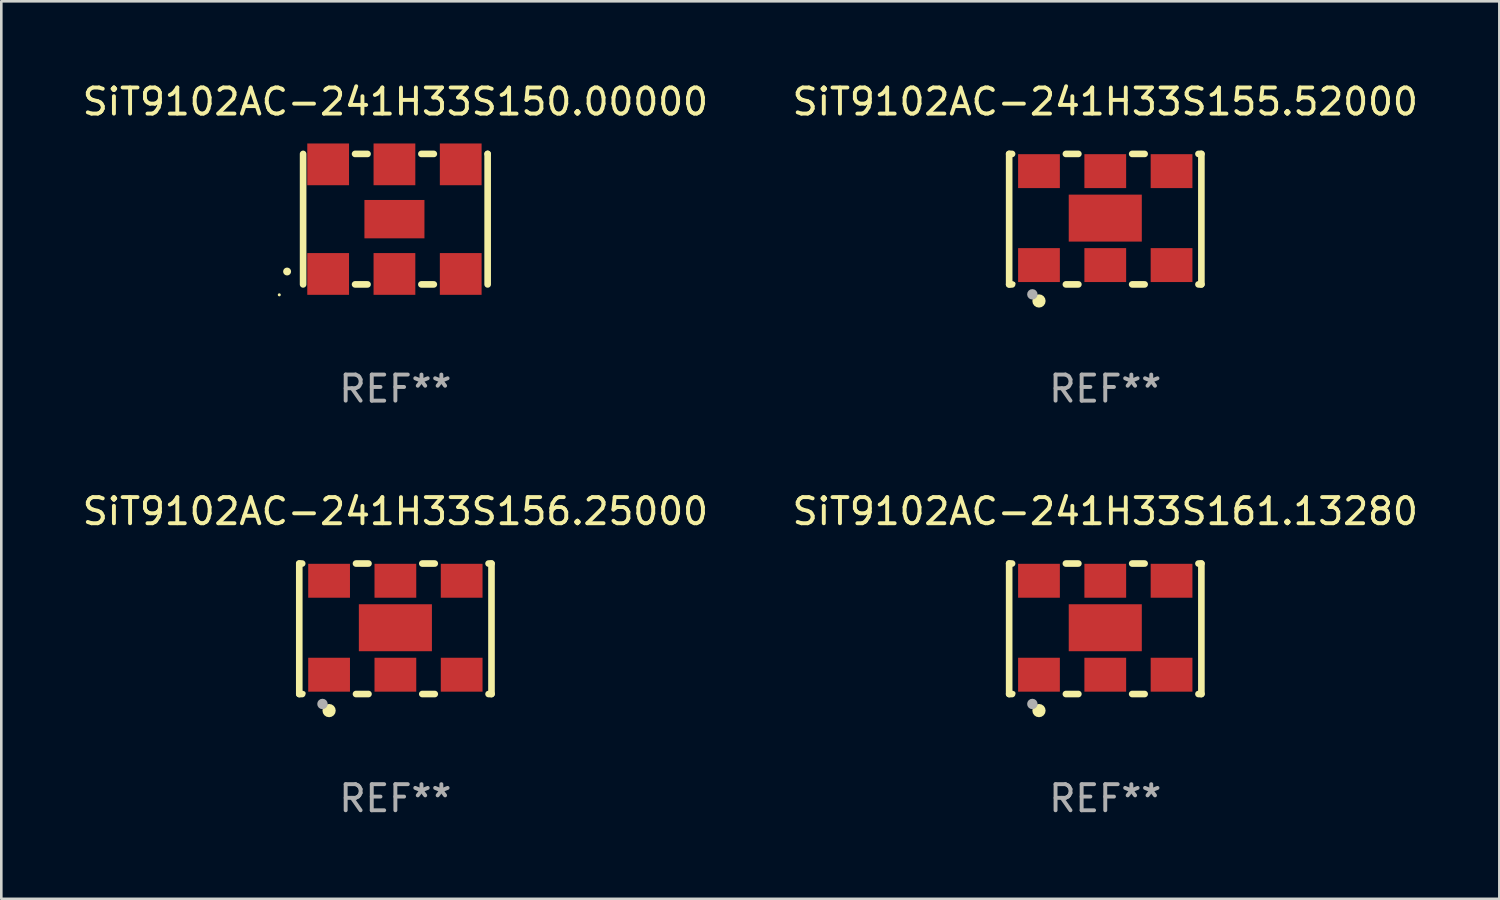
<source format=kicad_pcb>
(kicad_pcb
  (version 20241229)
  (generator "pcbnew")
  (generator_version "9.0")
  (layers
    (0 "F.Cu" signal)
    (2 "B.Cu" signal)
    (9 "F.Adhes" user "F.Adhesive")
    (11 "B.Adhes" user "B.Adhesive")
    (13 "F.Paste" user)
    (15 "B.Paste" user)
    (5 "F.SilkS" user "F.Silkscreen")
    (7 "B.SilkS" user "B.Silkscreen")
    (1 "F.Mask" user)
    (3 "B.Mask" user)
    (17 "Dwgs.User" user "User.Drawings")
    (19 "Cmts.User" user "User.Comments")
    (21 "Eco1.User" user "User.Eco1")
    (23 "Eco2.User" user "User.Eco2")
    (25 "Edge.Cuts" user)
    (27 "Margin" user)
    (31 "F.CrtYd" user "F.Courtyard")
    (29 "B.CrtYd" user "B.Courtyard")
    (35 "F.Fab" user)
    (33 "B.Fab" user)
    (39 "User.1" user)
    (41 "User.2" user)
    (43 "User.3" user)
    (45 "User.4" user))
  (footprint "SiT9102AC-241H33S155.52000"
    (layer "F.Cu")
    (at 39.304 5.348)
    (property "Reference" "SiT9102AC-241H33S155.52000" (at 0 -4.5 0) (layer "F.SilkS") (effects (font (size 1 1) (thickness 0.15))))
    (attr through_hole)
    (fp_line (start -3.683 -2.5) (end -3.571 -2.5) (stroke (width 0.254) (type solid)) (layer "F.SilkS"))
    (fp_line (start -3.683 2.5) (end -3.683 -2.5) (stroke (width 0.254) (type solid)) (layer "F.SilkS"))
    (fp_line (start -3.683 2.5) (end -3.571 2.5) (stroke (width 0.254) (type solid)) (layer "F.SilkS"))
    (fp_line (start -1.509 -2.5) (end -1.031 -2.5) (stroke (width 0.254) (type solid)) (layer "F.SilkS"))
    (fp_line (start -1.509 2.5) (end -1.031 2.5) (stroke (width 0.254) (type solid)) (layer "F.SilkS"))
    (fp_line (start 1.031 -2.5) (end 1.509 -2.5) (stroke (width 0.254) (type solid)) (layer "F.SilkS"))
    (fp_line (start 1.031 2.5) (end 1.509 2.5) (stroke (width 0.254) (type solid)) (layer "F.SilkS"))
    (fp_line (start 3.571 -2.5) (end 3.683 -2.5) (stroke (width 0.254) (type solid)) (layer "F.SilkS"))
    (fp_line (start 3.571 2.5) (end 3.683 2.5) (stroke (width 0.254) (type solid)) (layer "F.SilkS"))
    (fp_line (start 3.683 2.5) (end 3.683 -2.5) (stroke (width 0.254) (type solid)) (layer "F.SilkS"))
    (fp_circle (center -3.5 2.46) (end -3.47 2.46) (stroke (width 0.06) (type solid)) (fill no) (layer "F.SilkS"))
    (fp_circle (center -2.54 3.135) (end -2.413 3.135) (stroke (width 0.254) (type solid)) (fill no) (layer "F.SilkS"))
    (fp_circle (center -2.794 2.881) (end -2.694 2.881) (stroke (width 0.2) (type solid)) (fill no) (layer "F.Fab"))
    (fp_text user "REF**" (at 0 6.5 0) (layer "F.Fab") (effects (font (size 1 1) (thickness 0.15))))
    (pad "1" smd rect (at -2.54 1.76) (size 1.6 1.3) (layers "F.Cu" "F.Mask" "F.Paste"))
    (pad "2" smd rect (at 0 1.76) (size 1.6 1.3) (layers "F.Cu" "F.Mask" "F.Paste"))
    (pad "3" smd rect (at 2.54 1.76) (size 1.6 1.3) (layers "F.Cu" "F.Mask" "F.Paste"))
    (pad "4" smd rect (at 2.54 -1.84) (size 1.6 1.3) (layers "F.Cu" "F.Mask" "F.Paste"))
    (pad "5" smd rect (at 0 -1.84) (size 1.6 1.3) (layers "F.Cu" "F.Mask" "F.Paste"))
    (pad "6" smd rect (at -2.54 -1.84) (size 1.6 1.3) (layers "F.Cu" "F.Mask" "F.Paste"))
    (pad "7" smd rect (at 0 -0.04) (size 2.8 1.8) (layers "F.Cu" "F.Mask" "F.Paste")))
  (footprint "SiT9102AC-241H33S161.13280"
    (layer "F.Cu")
    (at 39.304 21.045)
    (property "Reference" "SiT9102AC-241H33S161.13280" (at 0 -4.5 0) (layer "F.SilkS") (effects (font (size 1 1) (thickness 0.15))))
    (attr through_hole)
    (fp_line (start -3.683 -2.5) (end -3.571 -2.5) (stroke (width 0.254) (type solid)) (layer "F.SilkS"))
    (fp_line (start -3.683 2.5) (end -3.683 -2.5) (stroke (width 0.254) (type solid)) (layer "F.SilkS"))
    (fp_line (start -3.683 2.5) (end -3.571 2.5) (stroke (width 0.254) (type solid)) (layer "F.SilkS"))
    (fp_line (start -1.509 -2.5) (end -1.031 -2.5) (stroke (width 0.254) (type solid)) (layer "F.SilkS"))
    (fp_line (start -1.509 2.5) (end -1.031 2.5) (stroke (width 0.254) (type solid)) (layer "F.SilkS"))
    (fp_line (start 1.031 -2.5) (end 1.509 -2.5) (stroke (width 0.254) (type solid)) (layer "F.SilkS"))
    (fp_line (start 1.031 2.5) (end 1.509 2.5) (stroke (width 0.254) (type solid)) (layer "F.SilkS"))
    (fp_line (start 3.571 -2.5) (end 3.683 -2.5) (stroke (width 0.254) (type solid)) (layer "F.SilkS"))
    (fp_line (start 3.571 2.5) (end 3.683 2.5) (stroke (width 0.254) (type solid)) (layer "F.SilkS"))
    (fp_line (start 3.683 2.5) (end 3.683 -2.5) (stroke (width 0.254) (type solid)) (layer "F.SilkS"))
    (fp_circle (center -3.5 2.46) (end -3.47 2.46) (stroke (width 0.06) (type solid)) (fill no) (layer "F.SilkS"))
    (fp_circle (center -2.54 3.135) (end -2.413 3.135) (stroke (width 0.254) (type solid)) (fill no) (layer "F.SilkS"))
    (fp_circle (center -2.794 2.881) (end -2.694 2.881) (stroke (width 0.2) (type solid)) (fill no) (layer "F.Fab"))
    (fp_text user "REF**" (at 0 6.5 0) (layer "F.Fab") (effects (font (size 1 1) (thickness 0.15))))
    (pad "1" smd rect (at -2.54 1.76) (size 1.6 1.3) (layers "F.Cu" "F.Mask" "F.Paste"))
    (pad "2" smd rect (at 0 1.76) (size 1.6 1.3) (layers "F.Cu" "F.Mask" "F.Paste"))
    (pad "3" smd rect (at 2.54 1.76) (size 1.6 1.3) (layers "F.Cu" "F.Mask" "F.Paste"))
    (pad "4" smd rect (at 2.54 -1.84) (size 1.6 1.3) (layers "F.Cu" "F.Mask" "F.Paste"))
    (pad "5" smd rect (at 0 -1.84) (size 1.6 1.3) (layers "F.Cu" "F.Mask" "F.Paste"))
    (pad "6" smd rect (at -2.54 -1.84) (size 1.6 1.3) (layers "F.Cu" "F.Mask" "F.Paste"))
    (pad "7" smd rect (at 0 -0.04) (size 2.8 1.8) (layers "F.Cu" "F.Mask" "F.Paste")))
  (footprint "SiT9102AC-241H33S156.25000"
    (layer "F.Cu")
    (at 12.101 21.045)
    (property "Reference" "SiT9102AC-241H33S156.25000" (at 0 -4.5 0) (layer "F.SilkS") (effects (font (size 1 1) (thickness 0.15))))
    (attr through_hole)
    (fp_line (start -3.683 -2.5) (end -3.571 -2.5) (stroke (width 0.254) (type solid)) (layer "F.SilkS"))
    (fp_line (start -3.683 2.5) (end -3.683 -2.5) (stroke (width 0.254) (type solid)) (layer "F.SilkS"))
    (fp_line (start -3.683 2.5) (end -3.571 2.5) (stroke (width 0.254) (type solid)) (layer "F.SilkS"))
    (fp_line (start -1.509 -2.5) (end -1.031 -2.5) (stroke (width 0.254) (type solid)) (layer "F.SilkS"))
    (fp_line (start -1.509 2.5) (end -1.031 2.5) (stroke (width 0.254) (type solid)) (layer "F.SilkS"))
    (fp_line (start 1.031 -2.5) (end 1.509 -2.5) (stroke (width 0.254) (type solid)) (layer "F.SilkS"))
    (fp_line (start 1.031 2.5) (end 1.509 2.5) (stroke (width 0.254) (type solid)) (layer "F.SilkS"))
    (fp_line (start 3.571 -2.5) (end 3.683 -2.5) (stroke (width 0.254) (type solid)) (layer "F.SilkS"))
    (fp_line (start 3.571 2.5) (end 3.683 2.5) (stroke (width 0.254) (type solid)) (layer "F.SilkS"))
    (fp_line (start 3.683 2.5) (end 3.683 -2.5) (stroke (width 0.254) (type solid)) (layer "F.SilkS"))
    (fp_circle (center -3.5 2.46) (end -3.47 2.46) (stroke (width 0.06) (type solid)) (fill no) (layer "F.SilkS"))
    (fp_circle (center -2.54 3.135) (end -2.413 3.135) (stroke (width 0.254) (type solid)) (fill no) (layer "F.SilkS"))
    (fp_circle (center -2.794 2.881) (end -2.694 2.881) (stroke (width 0.2) (type solid)) (fill no) (layer "F.Fab"))
    (fp_text user "REF**" (at 0 6.5 0) (layer "F.Fab") (effects (font (size 1 1) (thickness 0.15))))
    (pad "1" smd rect (at -2.54 1.76) (size 1.6 1.3) (layers "F.Cu" "F.Mask" "F.Paste"))
    (pad "2" smd rect (at 0 1.76) (size 1.6 1.3) (layers "F.Cu" "F.Mask" "F.Paste"))
    (pad "3" smd rect (at 2.54 1.76) (size 1.6 1.3) (layers "F.Cu" "F.Mask" "F.Paste"))
    (pad "4" smd rect (at 2.54 -1.84) (size 1.6 1.3) (layers "F.Cu" "F.Mask" "F.Paste"))
    (pad "5" smd rect (at 0 -1.84) (size 1.6 1.3) (layers "F.Cu" "F.Mask" "F.Paste"))
    (pad "6" smd rect (at -2.54 -1.84) (size 1.6 1.3) (layers "F.Cu" "F.Mask" "F.Paste"))
    (pad "7" smd rect (at 0 -0.04) (size 2.8 1.8) (layers "F.Cu" "F.Mask" "F.Paste")))
  (footprint "SiT9102AC-241H33S150.00000"
    (layer "F.Cu")
    (at 12.101 5.348)
    (property "Reference" "SiT9102AC-241H33S150.00000" (at 0 -4.5 0) (layer "F.SilkS") (effects (font (size 1 1) (thickness 0.15))))
    (attr through_hole)
    (fp_line (start -3.536 -2.5) (end -3.536 2.5) (stroke (width 0.254) (type solid)) (layer "F.SilkS"))
    (fp_line (start -1.544 2.5) (end -1.067 2.5) (stroke (width 0.254) (type solid)) (layer "F.SilkS"))
    (fp_line (start -1.067 -2.5) (end -1.544 -2.5) (stroke (width 0.254) (type solid)) (layer "F.SilkS"))
    (fp_line (start 0.996 2.5) (end 1.473 2.5) (stroke (width 0.254) (type solid)) (layer "F.SilkS"))
    (fp_line (start 1.473 -2.5) (end 0.996 -2.5) (stroke (width 0.254) (type solid)) (layer "F.SilkS"))
    (fp_line (start 3.536 -2.5) (end 3.536 -2.5) (stroke (width 0.254) (type solid)) (layer "F.SilkS"))
    (fp_line (start 3.536 2.5) (end 3.536 -2.5) (stroke (width 0.254) (type solid)) (layer "F.SilkS"))
    (fp_arc (start -4.150432 2.006604) (mid -4.149162 2.006599) (end -4.147892 2.006604) (stroke (width 0.3) (type solid)) (layer "F.SilkS"))
    (fp_circle (center -4.449 2.9) (end -4.419 2.9) (stroke (width 0.06) (type solid)) (fill no) (layer "F.SilkS"))
    (fp_text user "REF**" (at 0 6.5 0) (layer "F.Fab") (effects (font (size 1 1) (thickness 0.15))))
    (pad "1" smd rect (at -2.576 2.1) (size 1.6 1.6) (layers "F.Cu" "F.Mask" "F.Paste"))
    (pad "2" smd rect (at -0.036 2.1) (size 1.6 1.6) (layers "F.Cu" "F.Mask" "F.Paste"))
    (pad "3" smd rect (at 2.504 2.1) (size 1.6 1.6) (layers "F.Cu" "F.Mask" "F.Paste"))
    (pad "4" smd rect (at 2.504 -2.1) (size 1.6 1.6) (layers "F.Cu" "F.Mask" "F.Paste"))
    (pad "5" smd rect (at -0.036 -2.1) (size 1.6 1.6) (layers "F.Cu" "F.Mask" "F.Paste"))
    (pad "6" smd rect (at -2.576 -2.1) (size 1.6 1.6) (layers "F.Cu" "F.Mask" "F.Paste"))
    (pad "7" smd rect (at -0.036 0) (size 2.3 1.47) (layers "F.Cu" "F.Mask" "F.Paste")))
  (gr_rect
    (start -3 -3)
    (end 54.405 31.393)
    (stroke (width 0.1) (type default))
    (fill no)
    (layer "Edge.Cuts")))
</source>
